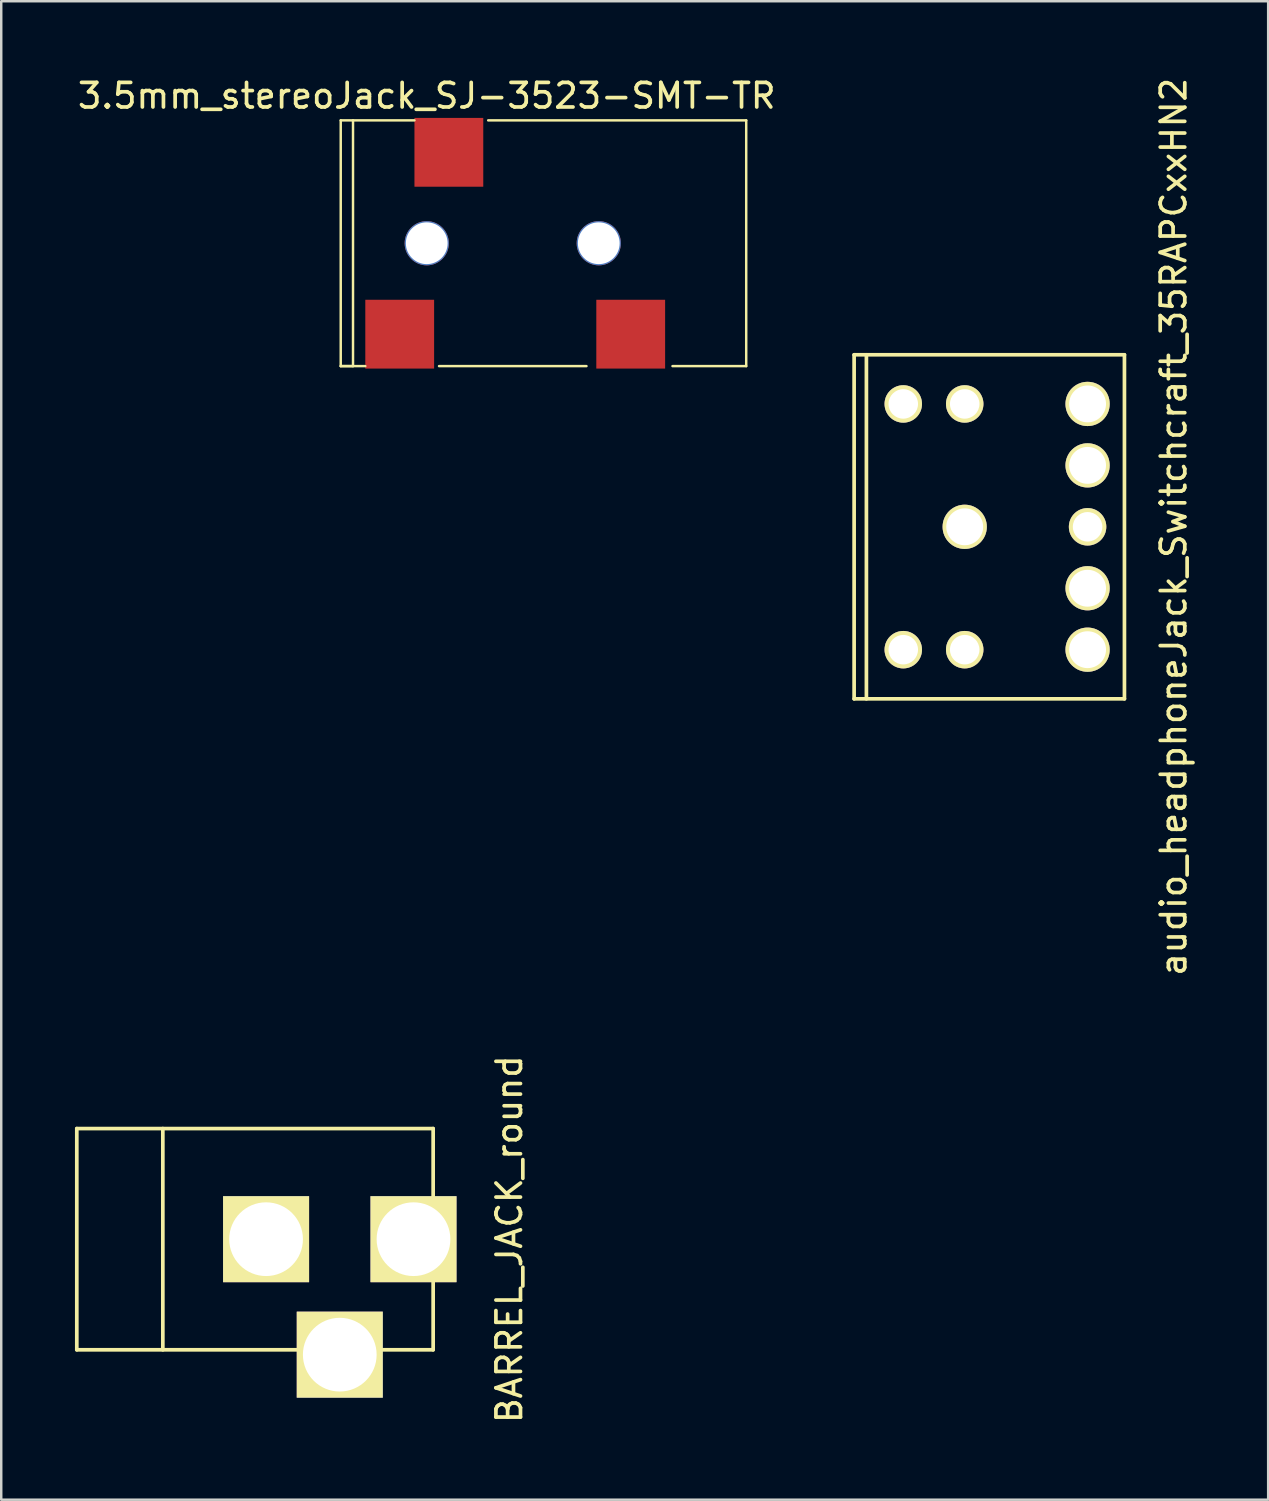
<source format=kicad_pcb>
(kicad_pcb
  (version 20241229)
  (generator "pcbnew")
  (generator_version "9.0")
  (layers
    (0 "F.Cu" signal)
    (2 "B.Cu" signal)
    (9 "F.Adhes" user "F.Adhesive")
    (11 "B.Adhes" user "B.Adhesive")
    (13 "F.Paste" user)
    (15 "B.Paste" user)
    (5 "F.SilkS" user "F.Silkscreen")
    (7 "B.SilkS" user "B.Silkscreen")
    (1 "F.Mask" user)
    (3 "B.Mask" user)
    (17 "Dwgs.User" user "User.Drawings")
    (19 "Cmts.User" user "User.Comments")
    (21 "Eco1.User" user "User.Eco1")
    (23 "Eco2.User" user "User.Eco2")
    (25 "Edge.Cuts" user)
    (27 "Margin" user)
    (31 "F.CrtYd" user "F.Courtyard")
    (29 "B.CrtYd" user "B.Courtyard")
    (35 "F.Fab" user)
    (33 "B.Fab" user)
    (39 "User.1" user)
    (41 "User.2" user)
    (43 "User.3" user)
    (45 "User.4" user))
  (footprint "3.5mm_stereoJack_SJ-3523-SMT-TR"
    (layer "F.Cu")
    (at 14.315 6.848)
    (property "Reference" "3.5mm_stereoJack_SJ-3523-SMT-TR" (at 0 -6 0) (layer "F.SilkS") (effects (font (size 1 1) (thickness 0.15))))
    (attr through_hole)
    (fp_line (start -3.5 -5) (end -3.5 5) (stroke (width 0.1) (type solid)) (layer "F.SilkS"))
    (fp_line (start -3.5 -5) (end -0.5 -5) (stroke (width 0.1) (type solid)) (layer "F.SilkS"))
    (fp_line (start -3.5 5) (end -3 5) (stroke (width 0.1) (type solid)) (layer "F.SilkS"))
    (fp_line (start -3.5 5) (end -2.5 5) (stroke (width 0.1) (type solid)) (layer "F.SilkS"))
    (fp_line (start -3 5) (end -3 -5) (stroke (width 0.1) (type solid)) (layer "F.SilkS"))
    (fp_line (start 2.5 -5) (end 13 -5) (stroke (width 0.1) (type solid)) (layer "F.SilkS"))
    (fp_line (start 6.5 5) (end 0.5 5) (stroke (width 0.1) (type solid)) (layer "F.SilkS"))
    (fp_line (start 13 -5) (end 13 5) (stroke (width 0.1) (type solid)) (layer "F.SilkS"))
    (fp_line (start 13 5) (end 10 5) (stroke (width 0.1) (type solid)) (layer "F.SilkS"))
    (pad "" np_thru_hole circle (at 0 0) (size 1.8 1.8) (drill 1.7) (layers "*.Cu" "*.Mask"))
    (pad "" np_thru_hole circle (at 7 0) (size 1.8 1.8) (drill 1.7) (layers "*.Cu" "*.Mask"))
    (pad "1" smd rect (at -1.1 3.7) (size 2.8 2.8) (layers "F.Cu" "F.Mask" "F.Paste"))
    (pad "2" smd rect (at 8.3 3.7) (size 2.8 2.8) (layers "F.Cu" "F.Mask" "F.Paste"))
    (pad "3" smd rect (at 0.9 -3.7) (size 2.8 2.8) (layers "F.Cu" "F.Mask" "F.Paste")))
  (footprint "audio_headphoneJack_Switchcraft_35RAPCxxHN2"
    (layer "F.Cu")
    (at 38.706 18.387)
    (property "Reference" "audio_headphoneJack_Switchcraft_35RAPCxxHN2" (at 6 0 90) (layer "F.SilkS") (effects (font (size 1 1) (thickness 0.15))))
    (attr through_hole)
    (fp_line (start -7 -7) (end 4 -7) (stroke (width 0.15) (type solid)) (layer "F.SilkS"))
    (fp_line (start -7 7) (end -7 -7) (stroke (width 0.15) (type solid)) (layer "F.SilkS"))
    (fp_line (start -6.5 -7) (end -6.5 7) (stroke (width 0.15) (type solid)) (layer "F.SilkS"))
    (fp_line (start 4 -7) (end 4 7) (stroke (width 0.15) (type solid)) (layer "F.SilkS"))
    (fp_line (start 4 7) (end -7 7) (stroke (width 0.15) (type solid)) (layer "F.SilkS"))
    (pad "" thru_hole circle (at -5 -5) (size 1.524 1.524) (drill 1.2) (layers "*.Cu" "*.Mask" "F.SilkS"))
    (pad "" thru_hole circle (at -5 5) (size 1.524 1.524) (drill 1.2) (layers "*.Cu" "*.Mask" "F.SilkS"))
    (pad "" thru_hole circle (at -2.5 -5) (size 1.524 1.524) (drill 1.2) (layers "*.Cu" "*.Mask" "F.SilkS"))
    (pad "" thru_hole circle (at -2.5 5) (size 1.524 1.524) (drill 1.2) (layers "*.Cu" "*.Mask" "F.SilkS"))
    (pad "" thru_hole circle (at 2.5 0) (size 1.524 1.524) (drill 1.2) (layers "*.Cu" "*.Mask" "F.SilkS"))
    (pad "1" thru_hole circle (at -2.5 0) (size 1.8 1.8) (drill 1.5) (layers "*.Cu" "*.Mask" "F.SilkS"))
    (pad "2" thru_hole circle (at 2.5 5) (size 1.8 1.8) (drill 1.5) (layers "*.Cu" "*.Mask" "F.SilkS"))
    (pad "3" thru_hole circle (at 2.5 -5) (size 1.8 1.8) (drill 1.5) (layers "*.Cu" "*.Mask" "F.SilkS"))
    (pad "10" thru_hole circle (at 2.5 2.5) (size 1.8 1.8) (drill 1.5) (layers "*.Cu" "*.Mask" "F.SilkS"))
    (pad "11" thru_hole circle (at 2.5 -2.5) (size 1.8 1.8) (drill 1.5) (layers "*.Cu" "*.Mask" "F.SilkS")))
  (footprint "BARREL_JACK_round"
    (layer "F.Cu")
    (at 7.576 47.375)
    (property "Reference" "BARREL_JACK_round" (at 10.099 0 90) (layer "F.SilkS") (effects (font (size 1 1) (thickness 0.15))))
    (attr through_hole)
    (fp_line (start -7.501 -4.501) (end -7.501 4.501) (stroke (width 0.15) (type solid)) (layer "F.SilkS"))
    (fp_line (start -7.501 4.501) (end 7 4.501) (stroke (width 0.15) (type solid)) (layer "F.SilkS"))
    (fp_line (start -4 -4.501) (end -4 4.501) (stroke (width 0.15) (type solid)) (layer "F.SilkS"))
    (fp_line (start 7 -4.501) (end -7.501 -4.501) (stroke (width 0.15) (type solid)) (layer "F.SilkS"))
    (fp_line (start 7 4.501) (end 7 -4.501) (stroke (width 0.15) (type solid)) (layer "F.SilkS"))
    (pad "1" thru_hole rect (at 6.2 0) (size 3.5 3.5) (drill 3) (layers "*.Cu" "*.Mask" "F.SilkS"))
    (pad "2" thru_hole rect (at 0.201 0) (size 3.5 3.5) (drill 3) (layers "*.Cu" "*.Mask" "F.SilkS"))
    (pad "3" thru_hole rect (at 3.2 4.699) (size 3.5 3.5) (drill 3) (layers "*.Cu" "*.Mask" "F.SilkS")))
  (gr_rect
    (start -3 -3)
    (end 48.554 57.976)
    (stroke (width 0.1) (type default))
    (fill no)
    (layer "Edge.Cuts")))
</source>
